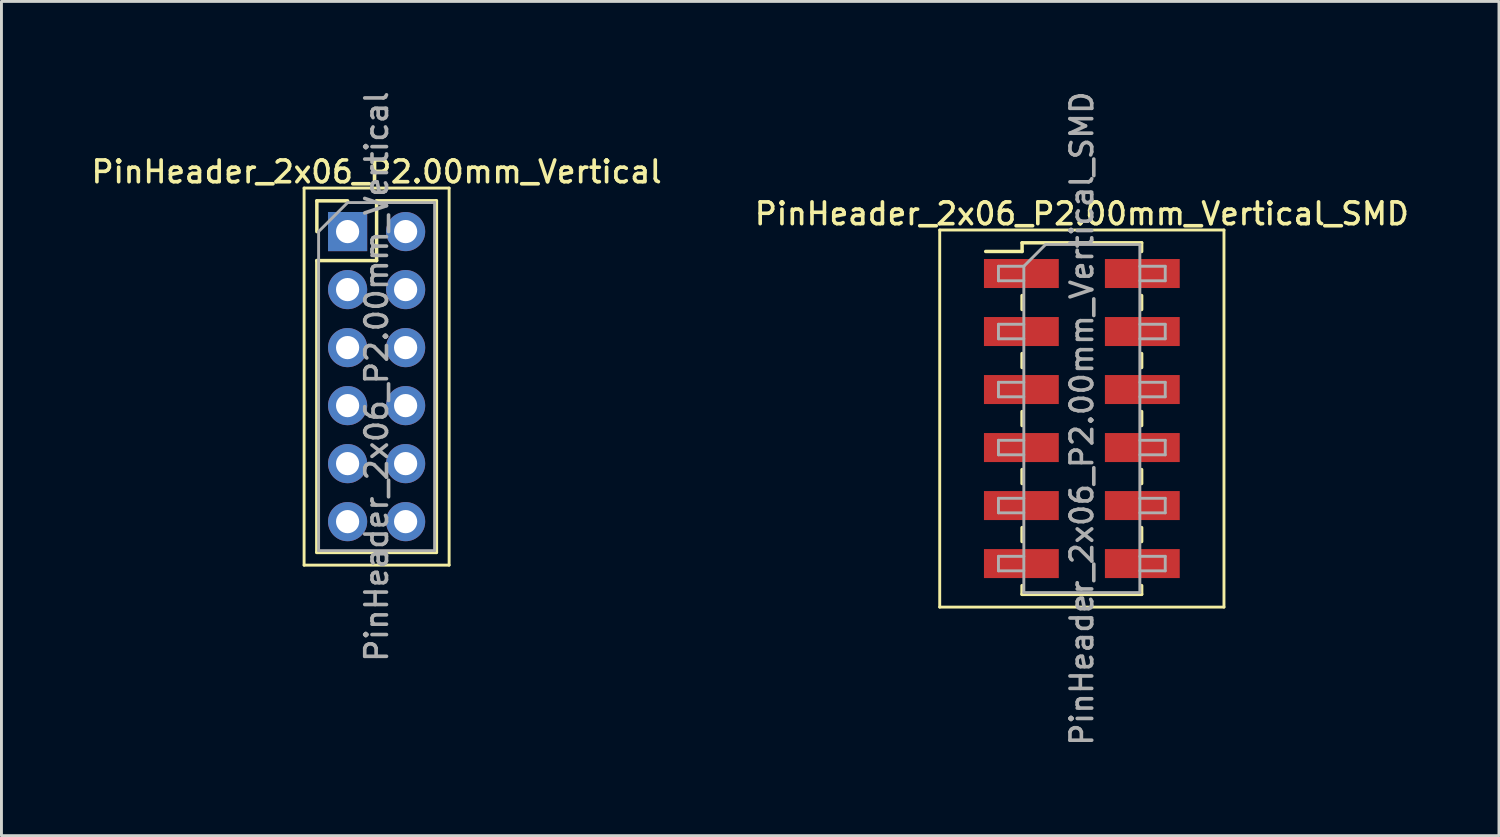
<source format=kicad_pcb>
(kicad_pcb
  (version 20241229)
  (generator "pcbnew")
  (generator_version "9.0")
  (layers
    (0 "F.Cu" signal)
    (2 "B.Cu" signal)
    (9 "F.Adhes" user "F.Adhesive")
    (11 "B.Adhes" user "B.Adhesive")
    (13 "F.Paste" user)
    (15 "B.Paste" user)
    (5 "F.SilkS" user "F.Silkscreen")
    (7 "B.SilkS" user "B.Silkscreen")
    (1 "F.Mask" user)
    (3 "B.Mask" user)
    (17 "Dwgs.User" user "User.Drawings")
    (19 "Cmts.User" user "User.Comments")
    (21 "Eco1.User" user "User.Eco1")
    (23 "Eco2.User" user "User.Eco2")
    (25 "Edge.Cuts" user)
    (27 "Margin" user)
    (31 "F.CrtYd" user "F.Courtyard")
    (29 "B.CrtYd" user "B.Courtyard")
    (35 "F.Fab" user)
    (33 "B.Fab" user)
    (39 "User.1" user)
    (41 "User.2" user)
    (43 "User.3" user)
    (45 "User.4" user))
  (footprint "PinHeader_2x06_P2.00mm_Vertical_SMD"
    (layer "F.Cu")
    (at 34.248 11.38)
    (property "Reference" "PinHeader_2x06_P2.00mm_Vertical_SMD" (at 0 -7.06 0) (layer "F.SilkS") (effects (font (size 0.75 0.75) (thickness 0.125))))
    (attr smd)
    (fp_line (start -4.9 -6.5) (end -4.9 6.5) (stroke (width 0.1) (type solid)) (layer "F.SilkS"))
    (fp_line (start -4.9 6.5) (end 4.9 6.5) (stroke (width 0.1) (type solid)) (layer "F.SilkS"))
    (fp_line (start -3.315 -5.76) (end -2.06 -5.76) (stroke (width 0.12) (type solid)) (layer "F.SilkS"))
    (fp_line (start -2.06 -6.06) (end -2.06 -5.76) (stroke (width 0.12) (type solid)) (layer "F.SilkS"))
    (fp_line (start -2.06 -6.06) (end 2.06 -6.06) (stroke (width 0.12) (type solid)) (layer "F.SilkS"))
    (fp_line (start -2.06 -4.24) (end -2.06 -3.76) (stroke (width 0.12) (type solid)) (layer "F.SilkS"))
    (fp_line (start -2.06 -2.24) (end -2.06 -1.76) (stroke (width 0.12) (type solid)) (layer "F.SilkS"))
    (fp_line (start -2.06 -0.24) (end -2.06 0.24) (stroke (width 0.12) (type solid)) (layer "F.SilkS"))
    (fp_line (start -2.06 1.76) (end -2.06 2.24) (stroke (width 0.12) (type solid)) (layer "F.SilkS"))
    (fp_line (start -2.06 3.76) (end -2.06 4.24) (stroke (width 0.12) (type solid)) (layer "F.SilkS"))
    (fp_line (start -2.06 5.76) (end -2.06 6.06) (stroke (width 0.12) (type solid)) (layer "F.SilkS"))
    (fp_line (start -2.06 6.06) (end 2.06 6.06) (stroke (width 0.12) (type solid)) (layer "F.SilkS"))
    (fp_line (start 2.06 -6.06) (end 2.06 -5.76) (stroke (width 0.12) (type solid)) (layer "F.SilkS"))
    (fp_line (start 2.06 -4.24) (end 2.06 -3.76) (stroke (width 0.12) (type solid)) (layer "F.SilkS"))
    (fp_line (start 2.06 -2.24) (end 2.06 -1.76) (stroke (width 0.12) (type solid)) (layer "F.SilkS"))
    (fp_line (start 2.06 -0.24) (end 2.06 0.24) (stroke (width 0.12) (type solid)) (layer "F.SilkS"))
    (fp_line (start 2.06 1.76) (end 2.06 2.24) (stroke (width 0.12) (type solid)) (layer "F.SilkS"))
    (fp_line (start 2.06 3.76) (end 2.06 4.24) (stroke (width 0.12) (type solid)) (layer "F.SilkS"))
    (fp_line (start 2.06 5.76) (end 2.06 6.06) (stroke (width 0.12) (type solid)) (layer "F.SilkS"))
    (fp_line (start 4.9 -6.5) (end -4.9 -6.5) (stroke (width 0.1) (type solid)) (layer "F.SilkS"))
    (fp_line (start 4.9 6.5) (end 4.9 -6.5) (stroke (width 0.1) (type solid)) (layer "F.SilkS"))
    (fp_line (start -2.875 -5.25) (end -2.875 -4.75) (stroke (width 0.1) (type solid)) (layer "F.Fab"))
    (fp_line (start -2.875 -4.75) (end -2 -4.75) (stroke (width 0.1) (type solid)) (layer "F.Fab"))
    (fp_line (start -2.875 -3.25) (end -2.875 -2.75) (stroke (width 0.1) (type solid)) (layer "F.Fab"))
    (fp_line (start -2.875 -2.75) (end -2 -2.75) (stroke (width 0.1) (type solid)) (layer "F.Fab"))
    (fp_line (start -2.875 -1.25) (end -2.875 -0.75) (stroke (width 0.1) (type solid)) (layer "F.Fab"))
    (fp_line (start -2.875 -0.75) (end -2 -0.75) (stroke (width 0.1) (type solid)) (layer "F.Fab"))
    (fp_line (start -2.875 0.75) (end -2.875 1.25) (stroke (width 0.1) (type solid)) (layer "F.Fab"))
    (fp_line (start -2.875 1.25) (end -2 1.25) (stroke (width 0.1) (type solid)) (layer "F.Fab"))
    (fp_line (start -2.875 2.75) (end -2.875 3.25) (stroke (width 0.1) (type solid)) (layer "F.Fab"))
    (fp_line (start -2.875 3.25) (end -2 3.25) (stroke (width 0.1) (type solid)) (layer "F.Fab"))
    (fp_line (start -2.875 4.75) (end -2.875 5.25) (stroke (width 0.1) (type solid)) (layer "F.Fab"))
    (fp_line (start -2.875 5.25) (end -2 5.25) (stroke (width 0.1) (type solid)) (layer "F.Fab"))
    (fp_line (start -2 -5.25) (end -2.875 -5.25) (stroke (width 0.1) (type solid)) (layer "F.Fab"))
    (fp_line (start -2 -5.25) (end -1.25 -6) (stroke (width 0.1) (type solid)) (layer "F.Fab"))
    (fp_line (start -2 -3.25) (end -2.875 -3.25) (stroke (width 0.1) (type solid)) (layer "F.Fab"))
    (fp_line (start -2 -1.25) (end -2.875 -1.25) (stroke (width 0.1) (type solid)) (layer "F.Fab"))
    (fp_line (start -2 0.75) (end -2.875 0.75) (stroke (width 0.1) (type solid)) (layer "F.Fab"))
    (fp_line (start -2 2.75) (end -2.875 2.75) (stroke (width 0.1) (type solid)) (layer "F.Fab"))
    (fp_line (start -2 4.75) (end -2.875 4.75) (stroke (width 0.1) (type solid)) (layer "F.Fab"))
    (fp_line (start -2 6) (end -2 -5.25) (stroke (width 0.1) (type solid)) (layer "F.Fab"))
    (fp_line (start -1.25 -6) (end 2 -6) (stroke (width 0.1) (type solid)) (layer "F.Fab"))
    (fp_line (start 2 -6) (end 2 6) (stroke (width 0.1) (type solid)) (layer "F.Fab"))
    (fp_line (start 2 -5.25) (end 2.875 -5.25) (stroke (width 0.1) (type solid)) (layer "F.Fab"))
    (fp_line (start 2 -3.25) (end 2.875 -3.25) (stroke (width 0.1) (type solid)) (layer "F.Fab"))
    (fp_line (start 2 -1.25) (end 2.875 -1.25) (stroke (width 0.1) (type solid)) (layer "F.Fab"))
    (fp_line (start 2 0.75) (end 2.875 0.75) (stroke (width 0.1) (type solid)) (layer "F.Fab"))
    (fp_line (start 2 2.75) (end 2.875 2.75) (stroke (width 0.1) (type solid)) (layer "F.Fab"))
    (fp_line (start 2 4.75) (end 2.875 4.75) (stroke (width 0.1) (type solid)) (layer "F.Fab"))
    (fp_line (start 2 6) (end -2 6) (stroke (width 0.1) (type solid)) (layer "F.Fab"))
    (fp_line (start 2.875 -5.25) (end 2.875 -4.75) (stroke (width 0.1) (type solid)) (layer "F.Fab"))
    (fp_line (start 2.875 -4.75) (end 2 -4.75) (stroke (width 0.1) (type solid)) (layer "F.Fab"))
    (fp_line (start 2.875 -3.25) (end 2.875 -2.75) (stroke (width 0.1) (type solid)) (layer "F.Fab"))
    (fp_line (start 2.875 -2.75) (end 2 -2.75) (stroke (width 0.1) (type solid)) (layer "F.Fab"))
    (fp_line (start 2.875 -1.25) (end 2.875 -0.75) (stroke (width 0.1) (type solid)) (layer "F.Fab"))
    (fp_line (start 2.875 -0.75) (end 2 -0.75) (stroke (width 0.1) (type solid)) (layer "F.Fab"))
    (fp_line (start 2.875 0.75) (end 2.875 1.25) (stroke (width 0.1) (type solid)) (layer "F.Fab"))
    (fp_line (start 2.875 1.25) (end 2 1.25) (stroke (width 0.1) (type solid)) (layer "F.Fab"))
    (fp_line (start 2.875 2.75) (end 2.875 3.25) (stroke (width 0.1) (type solid)) (layer "F.Fab"))
    (fp_line (start 2.875 3.25) (end 2 3.25) (stroke (width 0.1) (type solid)) (layer "F.Fab"))
    (fp_line (start 2.875 4.75) (end 2.875 5.25) (stroke (width 0.1) (type solid)) (layer "F.Fab"))
    (fp_line (start 2.875 5.25) (end 2 5.25) (stroke (width 0.1) (type solid)) (layer "F.Fab"))
    (fp_text user "${REFERENCE}" (at 0 0 90) (layer "F.Fab") (effects (font (size 0.75 0.75) (thickness 0.125))))
    (pad "1" smd rect (at -2.085 -5) (size 2.58 1) (layers "F.Cu" "F.Mask" "F.Paste"))
    (pad "2" smd rect (at 2.085 -5) (size 2.58 1) (layers "F.Cu" "F.Mask" "F.Paste"))
    (pad "3" smd rect (at -2.085 -3) (size 2.58 1) (layers "F.Cu" "F.Mask" "F.Paste"))
    (pad "4" smd rect (at 2.085 -3) (size 2.58 1) (layers "F.Cu" "F.Mask" "F.Paste"))
    (pad "5" smd rect (at -2.085 -1) (size 2.58 1) (layers "F.Cu" "F.Mask" "F.Paste"))
    (pad "6" smd rect (at 2.085 -1) (size 2.58 1) (layers "F.Cu" "F.Mask" "F.Paste"))
    (pad "7" smd rect (at -2.085 1) (size 2.58 1) (layers "F.Cu" "F.Mask" "F.Paste"))
    (pad "8" smd rect (at 2.085 1) (size 2.58 1) (layers "F.Cu" "F.Mask" "F.Paste"))
    (pad "9" smd rect (at -2.085 3) (size 2.58 1) (layers "F.Cu" "F.Mask" "F.Paste"))
    (pad "10" smd rect (at 2.085 3) (size 2.58 1) (layers "F.Cu" "F.Mask" "F.Paste"))
    (pad "11" smd rect (at -2.085 5) (size 2.58 1) (layers "F.Cu" "F.Mask" "F.Paste"))
    (pad "12" smd rect (at 2.085 5) (size 2.58 1) (layers "F.Cu" "F.Mask" "F.Paste")))
  (footprint "PinHeader_2x06_P2.00mm_Vertical"
    (layer "F.Cu")
    (at 8.934 4.934)
    (property "Reference" "PinHeader_2x06_P2.00mm_Vertical" (at 1 -2.06 0) (layer "F.SilkS") (effects (font (size 0.75 0.75) (thickness 0.125))))
    (attr through_hole)
    (fp_line (start -1.5 -1.5) (end -1.5 11.5) (stroke (width 0.1) (type solid)) (layer "F.SilkS"))
    (fp_line (start -1.5 11.5) (end 3.5 11.5) (stroke (width 0.1) (type solid)) (layer "F.SilkS"))
    (fp_line (start -1.06 -1.06) (end 0 -1.06) (stroke (width 0.12) (type solid)) (layer "F.SilkS"))
    (fp_line (start -1.06 0) (end -1.06 -1.06) (stroke (width 0.12) (type solid)) (layer "F.SilkS"))
    (fp_line (start -1.06 1) (end -1.06 11.06) (stroke (width 0.12) (type solid)) (layer "F.SilkS"))
    (fp_line (start -1.06 1) (end 1 1) (stroke (width 0.12) (type solid)) (layer "F.SilkS"))
    (fp_line (start -1.06 11.06) (end 3.06 11.06) (stroke (width 0.12) (type solid)) (layer "F.SilkS"))
    (fp_line (start 1 -1.06) (end 3.06 -1.06) (stroke (width 0.12) (type solid)) (layer "F.SilkS"))
    (fp_line (start 1 1) (end 1 -1.06) (stroke (width 0.12) (type solid)) (layer "F.SilkS"))
    (fp_line (start 3.06 -1.06) (end 3.06 11.06) (stroke (width 0.12) (type solid)) (layer "F.SilkS"))
    (fp_line (start 3.5 -1.5) (end -1.5 -1.5) (stroke (width 0.1) (type solid)) (layer "F.SilkS"))
    (fp_line (start 3.5 11.5) (end 3.5 -1.5) (stroke (width 0.1) (type solid)) (layer "F.SilkS"))
    (fp_line (start -1 0) (end 0 -1) (stroke (width 0.1) (type solid)) (layer "F.Fab"))
    (fp_line (start -1 11) (end -1 0) (stroke (width 0.1) (type solid)) (layer "F.Fab"))
    (fp_line (start 0 -1) (end 3 -1) (stroke (width 0.1) (type solid)) (layer "F.Fab"))
    (fp_line (start 3 -1) (end 3 11) (stroke (width 0.1) (type solid)) (layer "F.Fab"))
    (fp_line (start 3 11) (end -1 11) (stroke (width 0.1) (type solid)) (layer "F.Fab"))
    (fp_text user "${REFERENCE}" (at 1 5 90) (layer "F.Fab") (effects (font (size 0.75 0.75) (thickness 0.125))))
    (pad "1" thru_hole rect (at 0 0) (size 1.35 1.35) (drill 0.8) (layers "*.Cu" "*.Mask"))
    (pad "2" thru_hole oval (at 2 0) (size 1.35 1.35) (drill 0.8) (layers "*.Cu" "*.Mask"))
    (pad "3" thru_hole oval (at 0 2) (size 1.35 1.35) (drill 0.8) (layers "*.Cu" "*.Mask"))
    (pad "4" thru_hole oval (at 2 2) (size 1.35 1.35) (drill 0.8) (layers "*.Cu" "*.Mask"))
    (pad "5" thru_hole oval (at 0 4) (size 1.35 1.35) (drill 0.8) (layers "*.Cu" "*.Mask"))
    (pad "6" thru_hole oval (at 2 4) (size 1.35 1.35) (drill 0.8) (layers "*.Cu" "*.Mask"))
    (pad "7" thru_hole oval (at 0 6) (size 1.35 1.35) (drill 0.8) (layers "*.Cu" "*.Mask"))
    (pad "8" thru_hole oval (at 2 6) (size 1.35 1.35) (drill 0.8) (layers "*.Cu" "*.Mask"))
    (pad "9" thru_hole oval (at 0 8) (size 1.35 1.35) (drill 0.8) (layers "*.Cu" "*.Mask"))
    (pad "10" thru_hole oval (at 2 8) (size 1.35 1.35) (drill 0.8) (layers "*.Cu" "*.Mask"))
    (pad "11" thru_hole oval (at 0 10) (size 1.35 1.35) (drill 0.8) (layers "*.Cu" "*.Mask"))
    (pad "12" thru_hole oval (at 2 10) (size 1.35 1.35) (drill 0.8) (layers "*.Cu" "*.Mask")))
  (gr_rect
    (start -3 -3)
    (end 48.629 25.761)
    (stroke (width 0.1) (type default))
    (fill no)
    (layer "Edge.Cuts")))
</source>
